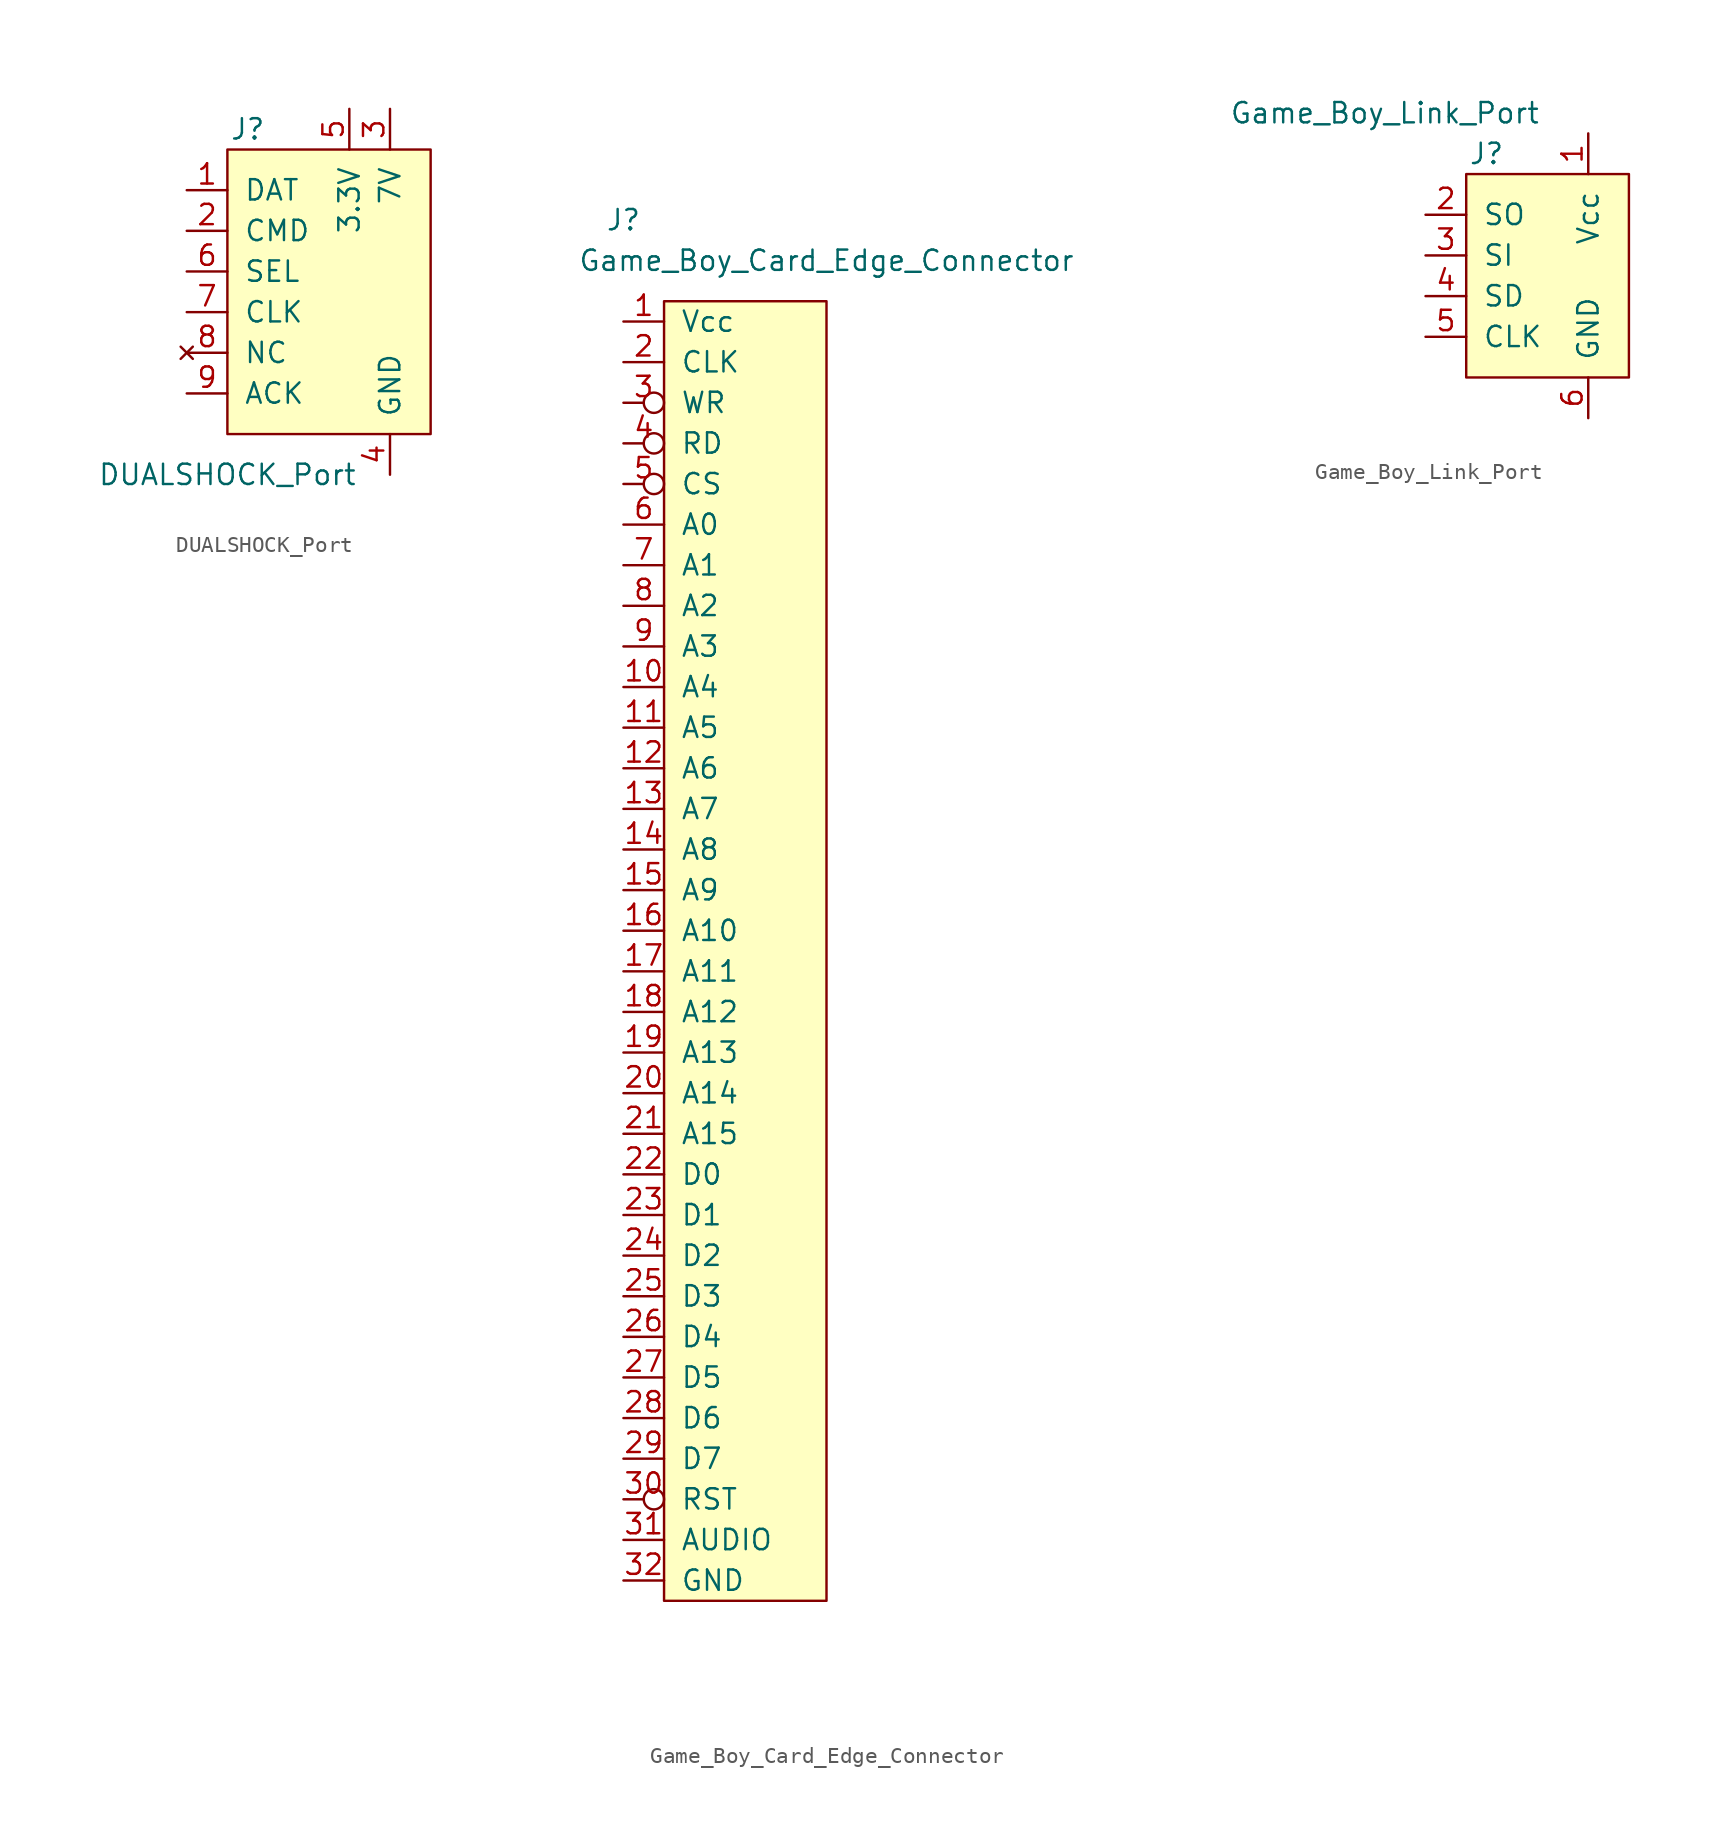
<source format=kicad_sym>
(kicad_symbol_lib
  (version 20241209)
  (generator "kicad_symbol_editor")
  (generator_version "9.0")
  (symbol "DUALSHOCK_Port"
    (pin_names
      (offset 1.016))
    (property "Reference" "J"
      (at -5.08 8.89 0)
      (effects (font (size 1.27 1.27))))
    (property "Value" "DUALSHOCK_Port"
      (at -6.35 -12.7 0)
      (effects (font (size 1.27 1.27))))
    (symbol "DUALSHOCK_Port_0_0"
      (pin output line (at -8.89 5.08 0) (length 2.54) (name "DAT" (effects (font (size 1.27 1.27)))) (number "1" (effects (font (size 1.27 1.27)))))
      (pin input line (at -8.89 2.54 0) (length 2.54) (name "CMD" (effects (font (size 1.27 1.27)))) (number "2" (effects (font (size 1.27 1.27)))))
      (pin input line (at -8.89 0 0) (length 2.54) (name "SEL" (effects (font (size 1.27 1.27)))) (number "6" (effects (font (size 1.27 1.27)))))
      (pin input line (at -8.89 -2.54 0) (length 2.54) (name "CLK" (effects (font (size 1.27 1.27)))) (number "7" (effects (font (size 1.27 1.27)))))
      (pin no_connect line (at -8.89 -5.08 0) (length 2.54) (name "NC" (effects (font (size 1.27 1.27)))) (number "8" (effects (font (size 1.27 1.27)))))
      (pin output line (at -8.89 -7.62 0) (length 2.54) (name "ACK" (effects (font (size 1.27 1.27)))) (number "9" (effects (font (size 1.27 1.27)))))
      (pin power_in line (at 1.27 10.16 270) (length 2.54) (name "3.3V" (effects (font (size 1.27 1.27)))) (number "5" (effects (font (size 1.27 1.27)))))
      (pin power_in line (at 3.81 10.16 270) (length 2.54) (name "7V" (effects (font (size 1.27 1.27)))) (number "3" (effects (font (size 1.27 1.27)))))
      (pin power_in line (at 3.81 -12.7 90) (length 2.54) (name "GND" (effects (font (size 1.27 1.27)))) (number "4" (effects (font (size 1.27 1.27))))))
    (symbol "DUALSHOCK_Port_0_1"
      (rectangle (start -6.35 7.62) (end 6.35 -10.16) (stroke (width 0) (type solid)) (fill (type background)))))
  (symbol "Game_Boy_Card_Edge_Connector"
    (pin_names
      (offset 1.016))
    (property "Reference" "J"
      (at -12.7 41.91 0)
      (effects (font (size 1.27 1.27))))
    (property "Value" "Game_Boy_Card_Edge_Connector"
      (at 0 39.37 0)
      (effects (font (size 1.27 1.27))))
    (symbol "Game_Boy_Card_Edge_Connector_0_0"
      (pin input inverted (at -12.7 30.48 0) (length 2.54) (name "WR" (effects (font (size 1.27 1.27)))) (number "3" (effects (font (size 1.27 1.27)))))
      (pin input inverted (at -12.7 27.94 0) (length 2.54) (name "RD" (effects (font (size 1.27 1.27)))) (number "4" (effects (font (size 1.27 1.27)))))
      (pin input inverted (at -12.7 25.4 0) (length 2.54) (name "CS" (effects (font (size 1.27 1.27)))) (number "5" (effects (font (size 1.27 1.27)))))
      (pin input line (at -12.7 22.86 0) (length 2.54) (name "A0" (effects (font (size 1.27 1.27)))) (number "6" (effects (font (size 1.27 1.27)))))
      (pin input line (at -12.7 20.32 0) (length 2.54) (name "A1" (effects (font (size 1.27 1.27)))) (number "7" (effects (font (size 1.27 1.27)))))
      (pin input line (at -12.7 17.78 0) (length 2.54) (name "A2" (effects (font (size 1.27 1.27)))) (number "8" (effects (font (size 1.27 1.27)))))
      (pin input line (at -12.7 15.24 0) (length 2.54) (name "A3" (effects (font (size 1.27 1.27)))) (number "9" (effects (font (size 1.27 1.27)))))
      (pin input line (at -12.7 12.7 0) (length 2.54) (name "A4" (effects (font (size 1.27 1.27)))) (number "10" (effects (font (size 1.27 1.27)))))
      (pin input line (at -12.7 10.16 0) (length 2.54) (name "A5" (effects (font (size 1.27 1.27)))) (number "11" (effects (font (size 1.27 1.27)))))
      (pin input line (at -12.7 7.62 0) (length 2.54) (name "A6" (effects (font (size 1.27 1.27)))) (number "12" (effects (font (size 1.27 1.27)))))
      (pin input line (at -12.7 5.08 0) (length 2.54) (name "A7" (effects (font (size 1.27 1.27)))) (number "13" (effects (font (size 1.27 1.27)))))
      (pin input line (at -12.7 2.54 0) (length 2.54) (name "A8" (effects (font (size 1.27 1.27)))) (number "14" (effects (font (size 1.27 1.27)))))
      (pin input line (at -12.7 0 0) (length 2.54) (name "A9" (effects (font (size 1.27 1.27)))) (number "15" (effects (font (size 1.27 1.27)))))
      (pin input line (at -12.7 -2.54 0) (length 2.54) (name "A10" (effects (font (size 1.27 1.27)))) (number "16" (effects (font (size 1.27 1.27)))))
      (pin input line (at -12.7 -5.08 0) (length 2.54) (name "A11" (effects (font (size 1.27 1.27)))) (number "17" (effects (font (size 1.27 1.27)))))
      (pin input line (at -12.7 -7.62 0) (length 2.54) (name "A12" (effects (font (size 1.27 1.27)))) (number "18" (effects (font (size 1.27 1.27)))))
      (pin input line (at -12.7 -10.16 0) (length 2.54) (name "A13" (effects (font (size 1.27 1.27)))) (number "19" (effects (font (size 1.27 1.27)))))
      (pin input line (at -12.7 -12.7 0) (length 2.54) (name "A14" (effects (font (size 1.27 1.27)))) (number "20" (effects (font (size 1.27 1.27)))))
      (pin input line (at -12.7 -15.24 0) (length 2.54) (name "A15" (effects (font (size 1.27 1.27)))) (number "21" (effects (font (size 1.27 1.27)))))
      (pin bidirectional line (at -12.7 -17.78 0) (length 2.54) (name "D0" (effects (font (size 1.27 1.27)))) (number "22" (effects (font (size 1.27 1.27)))))
      (pin bidirectional line (at -12.7 -20.32 0) (length 2.54) (name "D1" (effects (font (size 1.27 1.27)))) (number "23" (effects (font (size 1.27 1.27)))))
      (pin bidirectional line (at -12.7 -22.86 0) (length 2.54) (name "D2" (effects (font (size 1.27 1.27)))) (number "24" (effects (font (size 1.27 1.27)))))
      (pin bidirectional line (at -12.7 -25.4 0) (length 2.54) (name "D3" (effects (font (size 1.27 1.27)))) (number "25" (effects (font (size 1.27 1.27)))))
      (pin bidirectional line (at -12.7 -27.94 0) (length 2.54) (name "D4" (effects (font (size 1.27 1.27)))) (number "26" (effects (font (size 1.27 1.27)))))
      (pin bidirectional line (at -12.7 -30.48 0) (length 2.54) (name "D5" (effects (font (size 1.27 1.27)))) (number "27" (effects (font (size 1.27 1.27)))))
      (pin bidirectional line (at -12.7 -33.02 0) (length 2.54) (name "D6" (effects (font (size 1.27 1.27)))) (number "28" (effects (font (size 1.27 1.27)))))
      (pin bidirectional line (at -12.7 -35.56 0) (length 2.54) (name "D7" (effects (font (size 1.27 1.27)))) (number "29" (effects (font (size 1.27 1.27)))))
      (pin bidirectional inverted (at -12.7 -38.1 0) (length 2.54) (name "RST" (effects (font (size 1.27 1.27)))) (number "30" (effects (font (size 1.27 1.27)))))
      (pin input line (at -12.7 -40.64 0) (length 2.54) (name "AUDIO" (effects (font (size 1.27 1.27)))) (number "31" (effects (font (size 1.27 1.27)))))
      (pin power_in line (at -12.7 -43.18 0) (length 2.54) (name "GND" (effects (font (size 1.27 1.27)))) (number "32" (effects (font (size 1.27 1.27))))))
    (symbol "Game_Boy_Card_Edge_Connector_0_1"
      (rectangle (start -10.16 36.83) (end 0 -44.45) (stroke (width 0) (type solid)) (fill (type background))))
    (symbol "Game_Boy_Card_Edge_Connector_1_1"
      (pin power_in line (at -12.7 35.56 0) (length 2.54) (name "Vcc" (effects (font (size 1.27 1.27)))) (number "1" (effects (font (size 1.27 1.27)))))
      (pin input line (at -12.7 33.02 0) (length 2.54) (name "CLK" (effects (font (size 1.27 1.27)))) (number "2" (effects (font (size 1.27 1.27)))))))
  (symbol "Game_Boy_Link_Port"
    (pin_names
      (offset 1.016))
    (property "Reference" "J"
      (at -3.81 7.62 0)
      (effects (font (size 1.27 1.27))))
    (property "Value" "Game_Boy_Link_Port"
      (at -10.16 10.16 0)
      (effects (font (size 1.27 1.27))))
    (symbol "Game_Boy_Link_Port_0_0"
      (pin input line (at -7.62 3.81 0) (length 2.54) (name "SO" (effects (font (size 1.27 1.27)))) (number "2" (effects (font (size 1.27 1.27)))))
      (pin output line (at -7.62 1.27 0) (length 2.54) (name "SI" (effects (font (size 1.27 1.27)))) (number "3" (effects (font (size 1.27 1.27)))))
      (pin bidirectional line (at -7.62 -1.27 0) (length 2.54) (name "SD" (effects (font (size 1.27 1.27)))) (number "4" (effects (font (size 1.27 1.27)))))
      (pin bidirectional line (at -7.62 -3.81 0) (length 2.54) (name "CLK" (effects (font (size 1.27 1.27)))) (number "5" (effects (font (size 1.27 1.27)))))
      (pin power_in line (at 2.54 8.89 270) (length 2.54) (name "Vcc" (effects (font (size 1.27 1.27)))) (number "1" (effects (font (size 1.27 1.27)))))
      (pin power_in line (at 2.54 -8.89 90) (length 2.54) (name "GND" (effects (font (size 1.27 1.27)))) (number "6" (effects (font (size 1.27 1.27))))))
    (symbol "Game_Boy_Link_Port_0_1"
      (rectangle (start -5.08 6.35) (end 5.08 -6.35) (stroke (width 0) (type solid)) (fill (type background))))))
</source>
